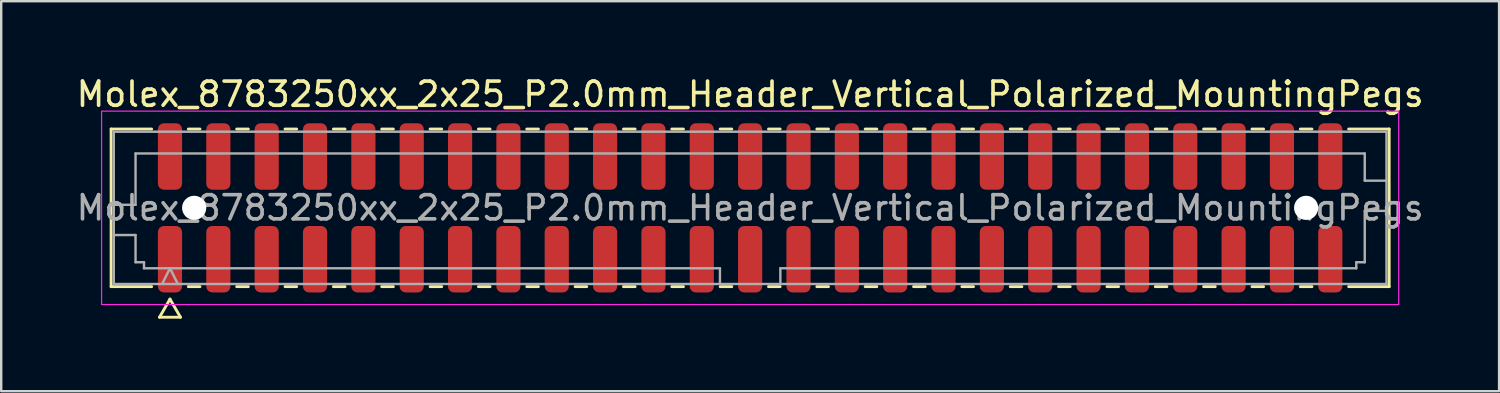
<source format=kicad_pcb>
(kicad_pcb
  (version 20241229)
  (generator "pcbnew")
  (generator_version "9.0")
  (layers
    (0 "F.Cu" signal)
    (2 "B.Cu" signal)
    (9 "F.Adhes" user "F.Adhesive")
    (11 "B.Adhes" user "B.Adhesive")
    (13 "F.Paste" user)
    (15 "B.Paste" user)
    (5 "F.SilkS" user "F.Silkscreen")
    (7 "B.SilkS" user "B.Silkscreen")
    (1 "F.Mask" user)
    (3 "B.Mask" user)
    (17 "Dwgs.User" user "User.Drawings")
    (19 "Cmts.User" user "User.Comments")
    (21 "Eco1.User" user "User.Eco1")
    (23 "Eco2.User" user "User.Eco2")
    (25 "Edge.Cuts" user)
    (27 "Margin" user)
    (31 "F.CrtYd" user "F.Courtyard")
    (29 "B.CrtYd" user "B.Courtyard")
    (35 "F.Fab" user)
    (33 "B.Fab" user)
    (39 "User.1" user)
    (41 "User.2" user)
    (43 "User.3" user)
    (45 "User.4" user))
  (footprint "Molex_8783250xx_2x25_P2.0mm_Header_Vertical_Polarized_MountingPegs"
    (layer "F.Cu")
    (at 27.982 5.548)
    (property "Reference" "Molex_8783250xx_2x25_P2.0mm_Header_Vertical_Polarized_MountingPegs" (at 0 -4.7 0) (layer "F.SilkS") (effects (font (size 1 1) (thickness 0.15))))
    (attr smd)
    (fp_line (start -26.435 -3.26) (end -24.76 -3.26) (stroke (width 0.12) (type solid)) (layer "F.SilkS"))
    (fp_line (start -26.435 3.26) (end -26.435 -3.26) (stroke (width 0.12) (type solid)) (layer "F.SilkS"))
    (fp_line (start -24.76 3.26) (end -26.435 3.26) (stroke (width 0.12) (type solid)) (layer "F.SilkS"))
    (fp_line (start -24.433 4.525) (end -24 3.775) (stroke (width 0.12) (type solid)) (layer "F.SilkS"))
    (fp_line (start -24 3.775) (end -23.567 4.525) (stroke (width 0.12) (type solid)) (layer "F.SilkS"))
    (fp_line (start -23.567 4.525) (end -24.433 4.525) (stroke (width 0.12) (type solid)) (layer "F.SilkS"))
    (fp_line (start -23.24 -3.26) (end -22.76 -3.26) (stroke (width 0.12) (type solid)) (layer "F.SilkS"))
    (fp_line (start -22.76 3.26) (end -23.24 3.26) (stroke (width 0.12) (type solid)) (layer "F.SilkS"))
    (fp_line (start -21.24 -3.26) (end -20.76 -3.26) (stroke (width 0.12) (type solid)) (layer "F.SilkS"))
    (fp_line (start -20.76 3.26) (end -21.24 3.26) (stroke (width 0.12) (type solid)) (layer "F.SilkS"))
    (fp_line (start -19.24 -3.26) (end -18.76 -3.26) (stroke (width 0.12) (type solid)) (layer "F.SilkS"))
    (fp_line (start -18.76 3.26) (end -19.24 3.26) (stroke (width 0.12) (type solid)) (layer "F.SilkS"))
    (fp_line (start -17.24 -3.26) (end -16.76 -3.26) (stroke (width 0.12) (type solid)) (layer "F.SilkS"))
    (fp_line (start -16.76 3.26) (end -17.24 3.26) (stroke (width 0.12) (type solid)) (layer "F.SilkS"))
    (fp_line (start -15.24 -3.26) (end -14.76 -3.26) (stroke (width 0.12) (type solid)) (layer "F.SilkS"))
    (fp_line (start -14.76 3.26) (end -15.24 3.26) (stroke (width 0.12) (type solid)) (layer "F.SilkS"))
    (fp_line (start -13.24 -3.26) (end -12.76 -3.26) (stroke (width 0.12) (type solid)) (layer "F.SilkS"))
    (fp_line (start -12.76 3.26) (end -13.24 3.26) (stroke (width 0.12) (type solid)) (layer "F.SilkS"))
    (fp_line (start -11.24 -3.26) (end -10.76 -3.26) (stroke (width 0.12) (type solid)) (layer "F.SilkS"))
    (fp_line (start -10.76 3.26) (end -11.24 3.26) (stroke (width 0.12) (type solid)) (layer "F.SilkS"))
    (fp_line (start -9.24 -3.26) (end -8.76 -3.26) (stroke (width 0.12) (type solid)) (layer "F.SilkS"))
    (fp_line (start -8.76 3.26) (end -9.24 3.26) (stroke (width 0.12) (type solid)) (layer "F.SilkS"))
    (fp_line (start -7.24 -3.26) (end -6.76 -3.26) (stroke (width 0.12) (type solid)) (layer "F.SilkS"))
    (fp_line (start -6.76 3.26) (end -7.24 3.26) (stroke (width 0.12) (type solid)) (layer "F.SilkS"))
    (fp_line (start -5.24 -3.26) (end -4.76 -3.26) (stroke (width 0.12) (type solid)) (layer "F.SilkS"))
    (fp_line (start -4.76 3.26) (end -5.24 3.26) (stroke (width 0.12) (type solid)) (layer "F.SilkS"))
    (fp_line (start -3.24 -3.26) (end -2.76 -3.26) (stroke (width 0.12) (type solid)) (layer "F.SilkS"))
    (fp_line (start -2.76 3.26) (end -3.24 3.26) (stroke (width 0.12) (type solid)) (layer "F.SilkS"))
    (fp_line (start -1.24 -3.26) (end -0.76 -3.26) (stroke (width 0.12) (type solid)) (layer "F.SilkS"))
    (fp_line (start -0.76 3.26) (end -1.24 3.26) (stroke (width 0.12) (type solid)) (layer "F.SilkS"))
    (fp_line (start 0.76 -3.26) (end 1.24 -3.26) (stroke (width 0.12) (type solid)) (layer "F.SilkS"))
    (fp_line (start 1.24 3.26) (end 0.76 3.26) (stroke (width 0.12) (type solid)) (layer "F.SilkS"))
    (fp_line (start 2.76 -3.26) (end 3.24 -3.26) (stroke (width 0.12) (type solid)) (layer "F.SilkS"))
    (fp_line (start 3.24 3.26) (end 2.76 3.26) (stroke (width 0.12) (type solid)) (layer "F.SilkS"))
    (fp_line (start 4.76 -3.26) (end 5.24 -3.26) (stroke (width 0.12) (type solid)) (layer "F.SilkS"))
    (fp_line (start 5.24 3.26) (end 4.76 3.26) (stroke (width 0.12) (type solid)) (layer "F.SilkS"))
    (fp_line (start 6.76 -3.26) (end 7.24 -3.26) (stroke (width 0.12) (type solid)) (layer "F.SilkS"))
    (fp_line (start 7.24 3.26) (end 6.76 3.26) (stroke (width 0.12) (type solid)) (layer "F.SilkS"))
    (fp_line (start 8.76 -3.26) (end 9.24 -3.26) (stroke (width 0.12) (type solid)) (layer "F.SilkS"))
    (fp_line (start 9.24 3.26) (end 8.76 3.26) (stroke (width 0.12) (type solid)) (layer "F.SilkS"))
    (fp_line (start 10.76 -3.26) (end 11.24 -3.26) (stroke (width 0.12) (type solid)) (layer "F.SilkS"))
    (fp_line (start 11.24 3.26) (end 10.76 3.26) (stroke (width 0.12) (type solid)) (layer "F.SilkS"))
    (fp_line (start 12.76 -3.26) (end 13.24 -3.26) (stroke (width 0.12) (type solid)) (layer "F.SilkS"))
    (fp_line (start 13.24 3.26) (end 12.76 3.26) (stroke (width 0.12) (type solid)) (layer "F.SilkS"))
    (fp_line (start 14.76 -3.26) (end 15.24 -3.26) (stroke (width 0.12) (type solid)) (layer "F.SilkS"))
    (fp_line (start 15.24 3.26) (end 14.76 3.26) (stroke (width 0.12) (type solid)) (layer "F.SilkS"))
    (fp_line (start 16.76 -3.26) (end 17.24 -3.26) (stroke (width 0.12) (type solid)) (layer "F.SilkS"))
    (fp_line (start 17.24 3.26) (end 16.76 3.26) (stroke (width 0.12) (type solid)) (layer "F.SilkS"))
    (fp_line (start 18.76 -3.26) (end 19.24 -3.26) (stroke (width 0.12) (type solid)) (layer "F.SilkS"))
    (fp_line (start 19.24 3.26) (end 18.76 3.26) (stroke (width 0.12) (type solid)) (layer "F.SilkS"))
    (fp_line (start 20.76 -3.26) (end 21.24 -3.26) (stroke (width 0.12) (type solid)) (layer "F.SilkS"))
    (fp_line (start 21.24 3.26) (end 20.76 3.26) (stroke (width 0.12) (type solid)) (layer "F.SilkS"))
    (fp_line (start 22.76 -3.26) (end 23.24 -3.26) (stroke (width 0.12) (type solid)) (layer "F.SilkS"))
    (fp_line (start 23.24 3.26) (end 22.76 3.26) (stroke (width 0.12) (type solid)) (layer "F.SilkS"))
    (fp_line (start 24.76 -3.26) (end 26.435 -3.26) (stroke (width 0.12) (type solid)) (layer "F.SilkS"))
    (fp_line (start 26.435 -3.26) (end 26.435 3.26) (stroke (width 0.12) (type solid)) (layer "F.SilkS"))
    (fp_line (start 26.435 3.26) (end 24.76 3.26) (stroke (width 0.12) (type solid)) (layer "F.SilkS"))
    (fp_rect (start -26.83 -4) (end 26.83 4) (stroke (width 0.05) (type solid)) (fill no) (layer "F.CrtYd"))
    (fp_line (start -26.325 -3.15) (end 26.325 -3.15) (stroke (width 0.1) (type solid)) (layer "F.Fab"))
    (fp_line (start -26.325 -0.125) (end -25.425 -0.125) (stroke (width 0.1) (type solid)) (layer "F.Fab"))
    (fp_line (start -26.325 1.125) (end -25.425 1.125) (stroke (width 0.1) (type solid)) (layer "F.Fab"))
    (fp_line (start -26.325 3.15) (end -26.325 -3.15) (stroke (width 0.1) (type solid)) (layer "F.Fab"))
    (fp_line (start -25.425 -2.25) (end 25.425 -2.25) (stroke (width 0.1) (type solid)) (layer "F.Fab"))
    (fp_line (start -25.425 -0.125) (end -25.425 -2.25) (stroke (width 0.1) (type solid)) (layer "F.Fab"))
    (fp_line (start -25.425 1.125) (end -25.425 2.25) (stroke (width 0.1) (type solid)) (layer "F.Fab"))
    (fp_line (start -25.425 2.25) (end -25.075 2.25) (stroke (width 0.1) (type solid)) (layer "F.Fab"))
    (fp_line (start -25.075 2.25) (end -25.075 2.5) (stroke (width 0.1) (type solid)) (layer "F.Fab"))
    (fp_line (start -25.075 2.5) (end -1.25 2.5) (stroke (width 0.1) (type solid)) (layer "F.Fab"))
    (fp_line (start -24.325 3.15) (end -24 2.5) (stroke (width 0.1) (type solid)) (layer "F.Fab"))
    (fp_line (start -24 2.5) (end -23.675 3.15) (stroke (width 0.1) (type solid)) (layer "F.Fab"))
    (fp_line (start -1.25 2.5) (end -1.25 3.15) (stroke (width 0.1) (type solid)) (layer "F.Fab"))
    (fp_line (start 1.25 2.5) (end 1.25 3.15) (stroke (width 0.1) (type solid)) (layer "F.Fab"))
    (fp_line (start 1.25 2.5) (end 25.075 2.5) (stroke (width 0.1) (type solid)) (layer "F.Fab"))
    (fp_line (start 25.075 2.25) (end 25.425 2.25) (stroke (width 0.1) (type solid)) (layer "F.Fab"))
    (fp_line (start 25.075 2.5) (end 25.075 2.25) (stroke (width 0.1) (type solid)) (layer "F.Fab"))
    (fp_line (start 25.425 -2.25) (end 25.425 -1.125) (stroke (width 0.1) (type solid)) (layer "F.Fab"))
    (fp_line (start 25.425 -1.125) (end 26.325 -1.125) (stroke (width 0.1) (type solid)) (layer "F.Fab"))
    (fp_line (start 25.425 0.125) (end 26.325 0.125) (stroke (width 0.1) (type solid)) (layer "F.Fab"))
    (fp_line (start 25.425 2.25) (end 25.425 0.125) (stroke (width 0.1) (type solid)) (layer "F.Fab"))
    (fp_line (start 26.325 -3.15) (end 26.325 3.15) (stroke (width 0.1) (type solid)) (layer "F.Fab"))
    (fp_line (start 26.325 3.15) (end -26.325 3.15) (stroke (width 0.1) (type solid)) (layer "F.Fab"))
    (fp_text user "${REFERENCE}" (at 0 0 0) (layer "F.Fab") (effects (font (size 1 1) (thickness 0.15))))
    (pad "" np_thru_hole circle (at -23 0) (size 1 1) (drill 1) (layers "*.Cu" "*.Mask"))
    (pad "" np_thru_hole circle (at 23 0) (size 1 1) (drill 1) (layers "*.Cu" "*.Mask"))
    (pad "1" smd roundrect (at -24 2.125) (size 1 2.75) (layers "F.Cu" "F.Mask" "F.Paste") (roundrect_rratio 0.25))
    (pad "2" smd roundrect (at -24 -2.125) (size 1 2.75) (layers "F.Cu" "F.Mask" "F.Paste") (roundrect_rratio 0.25))
    (pad "3" smd roundrect (at -22 2.125) (size 1 2.75) (layers "F.Cu" "F.Mask" "F.Paste") (roundrect_rratio 0.25))
    (pad "4" smd roundrect (at -22 -2.125) (size 1 2.75) (layers "F.Cu" "F.Mask" "F.Paste") (roundrect_rratio 0.25))
    (pad "5" smd roundrect (at -20 2.125) (size 1 2.75) (layers "F.Cu" "F.Mask" "F.Paste") (roundrect_rratio 0.25))
    (pad "6" smd roundrect (at -20 -2.125) (size 1 2.75) (layers "F.Cu" "F.Mask" "F.Paste") (roundrect_rratio 0.25))
    (pad "7" smd roundrect (at -18 2.125) (size 1 2.75) (layers "F.Cu" "F.Mask" "F.Paste") (roundrect_rratio 0.25))
    (pad "8" smd roundrect (at -18 -2.125) (size 1 2.75) (layers "F.Cu" "F.Mask" "F.Paste") (roundrect_rratio 0.25))
    (pad "9" smd roundrect (at -16 2.125) (size 1 2.75) (layers "F.Cu" "F.Mask" "F.Paste") (roundrect_rratio 0.25))
    (pad "10" smd roundrect (at -16 -2.125) (size 1 2.75) (layers "F.Cu" "F.Mask" "F.Paste") (roundrect_rratio 0.25))
    (pad "11" smd roundrect (at -14 2.125) (size 1 2.75) (layers "F.Cu" "F.Mask" "F.Paste") (roundrect_rratio 0.25))
    (pad "12" smd roundrect (at -14 -2.125) (size 1 2.75) (layers "F.Cu" "F.Mask" "F.Paste") (roundrect_rratio 0.25))
    (pad "13" smd roundrect (at -12 2.125) (size 1 2.75) (layers "F.Cu" "F.Mask" "F.Paste") (roundrect_rratio 0.25))
    (pad "14" smd roundrect (at -12 -2.125) (size 1 2.75) (layers "F.Cu" "F.Mask" "F.Paste") (roundrect_rratio 0.25))
    (pad "15" smd roundrect (at -10 2.125) (size 1 2.75) (layers "F.Cu" "F.Mask" "F.Paste") (roundrect_rratio 0.25))
    (pad "16" smd roundrect (at -10 -2.125) (size 1 2.75) (layers "F.Cu" "F.Mask" "F.Paste") (roundrect_rratio 0.25))
    (pad "17" smd roundrect (at -8 2.125) (size 1 2.75) (layers "F.Cu" "F.Mask" "F.Paste") (roundrect_rratio 0.25))
    (pad "18" smd roundrect (at -8 -2.125) (size 1 2.75) (layers "F.Cu" "F.Mask" "F.Paste") (roundrect_rratio 0.25))
    (pad "19" smd roundrect (at -6 2.125) (size 1 2.75) (layers "F.Cu" "F.Mask" "F.Paste") (roundrect_rratio 0.25))
    (pad "20" smd roundrect (at -6 -2.125) (size 1 2.75) (layers "F.Cu" "F.Mask" "F.Paste") (roundrect_rratio 0.25))
    (pad "21" smd roundrect (at -4 2.125) (size 1 2.75) (layers "F.Cu" "F.Mask" "F.Paste") (roundrect_rratio 0.25))
    (pad "22" smd roundrect (at -4 -2.125) (size 1 2.75) (layers "F.Cu" "F.Mask" "F.Paste") (roundrect_rratio 0.25))
    (pad "23" smd roundrect (at -2 2.125) (size 1 2.75) (layers "F.Cu" "F.Mask" "F.Paste") (roundrect_rratio 0.25))
    (pad "24" smd roundrect (at -2 -2.125) (size 1 2.75) (layers "F.Cu" "F.Mask" "F.Paste") (roundrect_rratio 0.25))
    (pad "25" smd roundrect (at 0 2.125) (size 1 2.75) (layers "F.Cu" "F.Mask" "F.Paste") (roundrect_rratio 0.25))
    (pad "26" smd roundrect (at 0 -2.125) (size 1 2.75) (layers "F.Cu" "F.Mask" "F.Paste") (roundrect_rratio 0.25))
    (pad "27" smd roundrect (at 2 2.125) (size 1 2.75) (layers "F.Cu" "F.Mask" "F.Paste") (roundrect_rratio 0.25))
    (pad "28" smd roundrect (at 2 -2.125) (size 1 2.75) (layers "F.Cu" "F.Mask" "F.Paste") (roundrect_rratio 0.25))
    (pad "29" smd roundrect (at 4 2.125) (size 1 2.75) (layers "F.Cu" "F.Mask" "F.Paste") (roundrect_rratio 0.25))
    (pad "30" smd roundrect (at 4 -2.125) (size 1 2.75) (layers "F.Cu" "F.Mask" "F.Paste") (roundrect_rratio 0.25))
    (pad "31" smd roundrect (at 6 2.125) (size 1 2.75) (layers "F.Cu" "F.Mask" "F.Paste") (roundrect_rratio 0.25))
    (pad "32" smd roundrect (at 6 -2.125) (size 1 2.75) (layers "F.Cu" "F.Mask" "F.Paste") (roundrect_rratio 0.25))
    (pad "33" smd roundrect (at 8 2.125) (size 1 2.75) (layers "F.Cu" "F.Mask" "F.Paste") (roundrect_rratio 0.25))
    (pad "34" smd roundrect (at 8 -2.125) (size 1 2.75) (layers "F.Cu" "F.Mask" "F.Paste") (roundrect_rratio 0.25))
    (pad "35" smd roundrect (at 10 2.125) (size 1 2.75) (layers "F.Cu" "F.Mask" "F.Paste") (roundrect_rratio 0.25))
    (pad "36" smd roundrect (at 10 -2.125) (size 1 2.75) (layers "F.Cu" "F.Mask" "F.Paste") (roundrect_rratio 0.25))
    (pad "37" smd roundrect (at 12 2.125) (size 1 2.75) (layers "F.Cu" "F.Mask" "F.Paste") (roundrect_rratio 0.25))
    (pad "38" smd roundrect (at 12 -2.125) (size 1 2.75) (layers "F.Cu" "F.Mask" "F.Paste") (roundrect_rratio 0.25))
    (pad "39" smd roundrect (at 14 2.125) (size 1 2.75) (layers "F.Cu" "F.Mask" "F.Paste") (roundrect_rratio 0.25))
    (pad "40" smd roundrect (at 14 -2.125) (size 1 2.75) (layers "F.Cu" "F.Mask" "F.Paste") (roundrect_rratio 0.25))
    (pad "41" smd roundrect (at 16 2.125) (size 1 2.75) (layers "F.Cu" "F.Mask" "F.Paste") (roundrect_rratio 0.25))
    (pad "42" smd roundrect (at 16 -2.125) (size 1 2.75) (layers "F.Cu" "F.Mask" "F.Paste") (roundrect_rratio 0.25))
    (pad "43" smd roundrect (at 18 2.125) (size 1 2.75) (layers "F.Cu" "F.Mask" "F.Paste") (roundrect_rratio 0.25))
    (pad "44" smd roundrect (at 18 -2.125) (size 1 2.75) (layers "F.Cu" "F.Mask" "F.Paste") (roundrect_rratio 0.25))
    (pad "45" smd roundrect (at 20 2.125) (size 1 2.75) (layers "F.Cu" "F.Mask" "F.Paste") (roundrect_rratio 0.25))
    (pad "46" smd roundrect (at 20 -2.125) (size 1 2.75) (layers "F.Cu" "F.Mask" "F.Paste") (roundrect_rratio 0.25))
    (pad "47" smd roundrect (at 22 2.125) (size 1 2.75) (layers "F.Cu" "F.Mask" "F.Paste") (roundrect_rratio 0.25))
    (pad "48" smd roundrect (at 22 -2.125) (size 1 2.75) (layers "F.Cu" "F.Mask" "F.Paste") (roundrect_rratio 0.25))
    (pad "49" smd roundrect (at 24 2.125) (size 1 2.75) (layers "F.Cu" "F.Mask" "F.Paste") (roundrect_rratio 0.25))
    (pad "50" smd roundrect (at 24 -2.125) (size 1 2.75) (layers "F.Cu" "F.Mask" "F.Paste") (roundrect_rratio 0.25)))
  (gr_rect
    (start -3 -3)
    (end 58.964 13.133)
    (stroke (width 0.1) (type default))
    (fill no)
    (layer "Edge.Cuts")))
</source>
